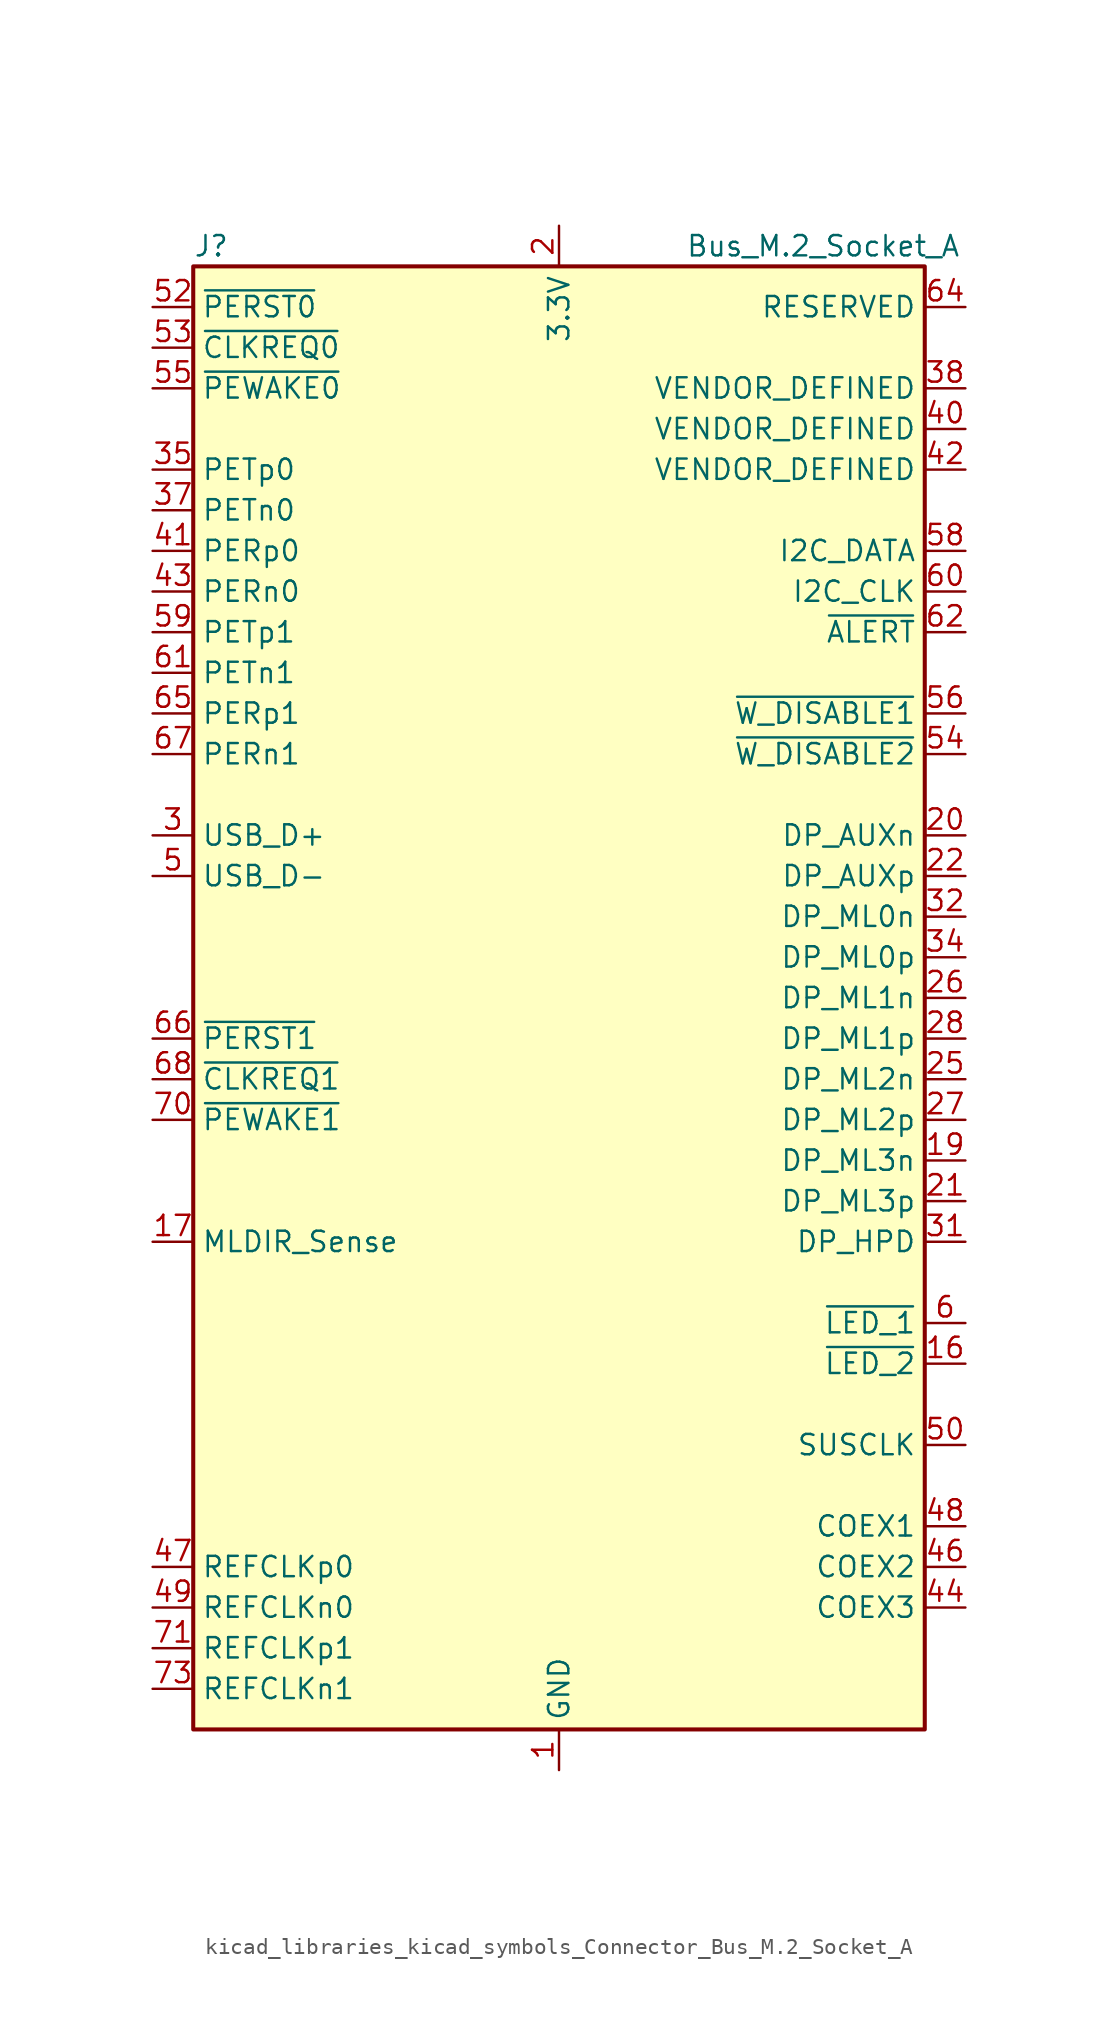
<source format=kicad_sym>
(kicad_symbol_lib
  (version 20220914)
  (generator kicad_symbol_editor)
  (symbol "kicad_libraries_kicad_symbols_Connector_Bus_M.2_Socket_A"
    (property "Reference" "J"
      (at -22.86 46.99 0)
      (effects (font (size 1.27 1.27)) (justify left)))
    (property "Value" "Bus_M.2_Socket_A"
      (at 16.51 46.99 0)
      (effects (font (size 1.27 1.27))))
    (symbol "kicad_libraries_kicad_symbols_Connector_Bus_M.2_Socket_A_0_1"
      (rectangle (start -22.86 45.72) (end 22.86 -45.72) (stroke (width 0.254) (type default)) (fill (type background))))
    (symbol "kicad_libraries_kicad_symbols_Connector_Bus_M.2_Socket_A_1_1"
      (pin power_in line (at 0 -48.26 90) (length 2.54) (name "GND" (effects (font (size 1.27 1.27)))) (number "1" (effects (font (size 1.27 1.27)))))
      (pin open_collector line (at 25.4 -22.86 180) (length 2.54) (name "~{LED_2}" (effects (font (size 1.27 1.27)))) (number "16" (effects (font (size 1.27 1.27)))))
      (pin input line (at -25.4 -15.24 0) (length 2.54) (name "MLDIR_Sense" (effects (font (size 1.27 1.27)))) (number "17" (effects (font (size 1.27 1.27)))))
      (pin passive line (at 0 -48.26 90) (length 2.54) hide (name "GND" (effects (font (size 1.27 1.27)))) (number "18" (effects (font (size 1.27 1.27)))))
      (pin bidirectional line (at 25.4 -10.16 180) (length 2.54) (name "DP_ML3n" (effects (font (size 1.27 1.27)))) (number "19" (effects (font (size 1.27 1.27)))))
      (pin power_in line (at 0 48.26 270) (length 2.54) (name "3.3V" (effects (font (size 1.27 1.27)))) (number "2" (effects (font (size 1.27 1.27)))))
      (pin bidirectional line (at 25.4 10.16 180) (length 2.54) (name "DP_AUXn" (effects (font (size 1.27 1.27)))) (number "20" (effects (font (size 1.27 1.27)))))
      (pin bidirectional line (at 25.4 -12.7 180) (length 2.54) (name "DP_ML3p" (effects (font (size 1.27 1.27)))) (number "21" (effects (font (size 1.27 1.27)))))
      (pin bidirectional line (at 25.4 7.62 180) (length 2.54) (name "DP_AUXp" (effects (font (size 1.27 1.27)))) (number "22" (effects (font (size 1.27 1.27)))))
      (pin passive line (at 0 -48.26 90) (length 2.54) hide (name "GND" (effects (font (size 1.27 1.27)))) (number "23" (effects (font (size 1.27 1.27)))))
      (pin passive line (at 0 -48.26 90) (length 2.54) hide (name "GND" (effects (font (size 1.27 1.27)))) (number "24" (effects (font (size 1.27 1.27)))))
      (pin bidirectional line (at 25.4 -5.08 180) (length 2.54) (name "DP_ML2n" (effects (font (size 1.27 1.27)))) (number "25" (effects (font (size 1.27 1.27)))))
      (pin bidirectional line (at 25.4 0 180) (length 2.54) (name "DP_ML1n" (effects (font (size 1.27 1.27)))) (number "26" (effects (font (size 1.27 1.27)))))
      (pin bidirectional line (at 25.4 -7.62 180) (length 2.54) (name "DP_ML2p" (effects (font (size 1.27 1.27)))) (number "27" (effects (font (size 1.27 1.27)))))
      (pin bidirectional line (at 25.4 -2.54 180) (length 2.54) (name "DP_ML1p" (effects (font (size 1.27 1.27)))) (number "28" (effects (font (size 1.27 1.27)))))
      (pin passive line (at 0 -48.26 90) (length 2.54) hide (name "GND" (effects (font (size 1.27 1.27)))) (number "29" (effects (font (size 1.27 1.27)))))
      (pin bidirectional line (at -25.4 10.16 0) (length 2.54) (name "USB_D+" (effects (font (size 1.27 1.27)))) (number "3" (effects (font (size 1.27 1.27)))))
      (pin passive line (at 0 -48.26 90) (length 2.54) hide (name "GND" (effects (font (size 1.27 1.27)))) (number "30" (effects (font (size 1.27 1.27)))))
      (pin bidirectional line (at 25.4 -15.24 180) (length 2.54) (name "DP_HPD" (effects (font (size 1.27 1.27)))) (number "31" (effects (font (size 1.27 1.27)))))
      (pin bidirectional line (at 25.4 5.08 180) (length 2.54) (name "DP_ML0n" (effects (font (size 1.27 1.27)))) (number "32" (effects (font (size 1.27 1.27)))))
      (pin passive line (at 0 -48.26 90) (length 2.54) hide (name "GND" (effects (font (size 1.27 1.27)))) (number "33" (effects (font (size 1.27 1.27)))))
      (pin bidirectional line (at 25.4 2.54 180) (length 2.54) (name "DP_ML0p" (effects (font (size 1.27 1.27)))) (number "34" (effects (font (size 1.27 1.27)))))
      (pin output line (at -25.4 33.02 0) (length 2.54) (name "PETp0" (effects (font (size 1.27 1.27)))) (number "35" (effects (font (size 1.27 1.27)))))
      (pin passive line (at 0 -48.26 90) (length 2.54) hide (name "GND" (effects (font (size 1.27 1.27)))) (number "36" (effects (font (size 1.27 1.27)))))
      (pin output line (at -25.4 30.48 0) (length 2.54) (name "PETn0" (effects (font (size 1.27 1.27)))) (number "37" (effects (font (size 1.27 1.27)))))
      (pin passive line (at 25.4 38.1 180) (length 2.54) (name "VENDOR_DEFINED" (effects (font (size 1.27 1.27)))) (number "38" (effects (font (size 1.27 1.27)))))
      (pin passive line (at 0 -48.26 90) (length 2.54) hide (name "GND" (effects (font (size 1.27 1.27)))) (number "39" (effects (font (size 1.27 1.27)))))
      (pin passive line (at 0 48.26 270) (length 2.54) hide (name "3.3V" (effects (font (size 1.27 1.27)))) (number "4" (effects (font (size 1.27 1.27)))))
      (pin passive line (at 25.4 35.56 180) (length 2.54) (name "VENDOR_DEFINED" (effects (font (size 1.27 1.27)))) (number "40" (effects (font (size 1.27 1.27)))))
      (pin input line (at -25.4 27.94 0) (length 2.54) (name "PERp0" (effects (font (size 1.27 1.27)))) (number "41" (effects (font (size 1.27 1.27)))))
      (pin passive line (at 25.4 33.02 180) (length 2.54) (name "VENDOR_DEFINED" (effects (font (size 1.27 1.27)))) (number "42" (effects (font (size 1.27 1.27)))))
      (pin input line (at -25.4 25.4 0) (length 2.54) (name "PERn0" (effects (font (size 1.27 1.27)))) (number "43" (effects (font (size 1.27 1.27)))))
      (pin bidirectional line (at 25.4 -38.1 180) (length 2.54) (name "COEX3" (effects (font (size 1.27 1.27)))) (number "44" (effects (font (size 1.27 1.27)))))
      (pin passive line (at 0 -48.26 90) (length 2.54) hide (name "GND" (effects (font (size 1.27 1.27)))) (number "45" (effects (font (size 1.27 1.27)))))
      (pin bidirectional line (at 25.4 -35.56 180) (length 2.54) (name "COEX2" (effects (font (size 1.27 1.27)))) (number "46" (effects (font (size 1.27 1.27)))))
      (pin output line (at -25.4 -35.56 0) (length 2.54) (name "REFCLKp0" (effects (font (size 1.27 1.27)))) (number "47" (effects (font (size 1.27 1.27)))))
      (pin bidirectional line (at 25.4 -33.02 180) (length 2.54) (name "COEX1" (effects (font (size 1.27 1.27)))) (number "48" (effects (font (size 1.27 1.27)))))
      (pin output line (at -25.4 -38.1 0) (length 2.54) (name "REFCLKn0" (effects (font (size 1.27 1.27)))) (number "49" (effects (font (size 1.27 1.27)))))
      (pin bidirectional line (at -25.4 7.62 0) (length 2.54) (name "USB_D-" (effects (font (size 1.27 1.27)))) (number "5" (effects (font (size 1.27 1.27)))))
      (pin output line (at 25.4 -27.94 180) (length 2.54) (name "SUSCLK" (effects (font (size 1.27 1.27)))) (number "50" (effects (font (size 1.27 1.27)))))
      (pin passive line (at 0 -48.26 90) (length 2.54) hide (name "GND" (effects (font (size 1.27 1.27)))) (number "51" (effects (font (size 1.27 1.27)))))
      (pin output line (at -25.4 43.18 0) (length 2.54) (name "~{PERST0}" (effects (font (size 1.27 1.27)))) (number "52" (effects (font (size 1.27 1.27)))))
      (pin bidirectional line (at -25.4 40.64 0) (length 2.54) (name "~{CLKREQ0}" (effects (font (size 1.27 1.27)))) (number "53" (effects (font (size 1.27 1.27)))))
      (pin output line (at 25.4 15.24 180) (length 2.54) (name "~{W_DISABLE2}" (effects (font (size 1.27 1.27)))) (number "54" (effects (font (size 1.27 1.27)))))
      (pin bidirectional line (at -25.4 38.1 0) (length 2.54) (name "~{PEWAKE0}" (effects (font (size 1.27 1.27)))) (number "55" (effects (font (size 1.27 1.27)))))
      (pin output line (at 25.4 17.78 180) (length 2.54) (name "~{W_DISABLE1}" (effects (font (size 1.27 1.27)))) (number "56" (effects (font (size 1.27 1.27)))))
      (pin passive line (at 0 -48.26 90) (length 2.54) hide (name "GND" (effects (font (size 1.27 1.27)))) (number "57" (effects (font (size 1.27 1.27)))))
      (pin bidirectional line (at 25.4 27.94 180) (length 2.54) (name "I2C_DATA" (effects (font (size 1.27 1.27)))) (number "58" (effects (font (size 1.27 1.27)))))
      (pin output line (at -25.4 22.86 0) (length 2.54) (name "PETp1" (effects (font (size 1.27 1.27)))) (number "59" (effects (font (size 1.27 1.27)))))
      (pin open_collector line (at 25.4 -20.32 180) (length 2.54) (name "~{LED_1}" (effects (font (size 1.27 1.27)))) (number "6" (effects (font (size 1.27 1.27)))))
      (pin output line (at 25.4 25.4 180) (length 2.54) (name "I2C_CLK" (effects (font (size 1.27 1.27)))) (number "60" (effects (font (size 1.27 1.27)))))
      (pin output line (at -25.4 20.32 0) (length 2.54) (name "PETn1" (effects (font (size 1.27 1.27)))) (number "61" (effects (font (size 1.27 1.27)))))
      (pin input line (at 25.4 22.86 180) (length 2.54) (name "~{ALERT}" (effects (font (size 1.27 1.27)))) (number "62" (effects (font (size 1.27 1.27)))))
      (pin passive line (at 0 -48.26 90) (length 2.54) hide (name "GND" (effects (font (size 1.27 1.27)))) (number "63" (effects (font (size 1.27 1.27)))))
      (pin passive line (at 25.4 43.18 180) (length 2.54) (name "RESERVED" (effects (font (size 1.27 1.27)))) (number "64" (effects (font (size 1.27 1.27)))))
      (pin input line (at -25.4 17.78 0) (length 2.54) (name "PERp1" (effects (font (size 1.27 1.27)))) (number "65" (effects (font (size 1.27 1.27)))))
      (pin output line (at -25.4 -2.54 0) (length 2.54) (name "~{PERST1}" (effects (font (size 1.27 1.27)))) (number "66" (effects (font (size 1.27 1.27)))))
      (pin input line (at -25.4 15.24 0) (length 2.54) (name "PERn1" (effects (font (size 1.27 1.27)))) (number "67" (effects (font (size 1.27 1.27)))))
      (pin bidirectional line (at -25.4 -5.08 0) (length 2.54) (name "~{CLKREQ1}" (effects (font (size 1.27 1.27)))) (number "68" (effects (font (size 1.27 1.27)))))
      (pin passive line (at 0 -48.26 90) (length 2.54) hide (name "GND" (effects (font (size 1.27 1.27)))) (number "69" (effects (font (size 1.27 1.27)))))
      (pin passive line (at 0 -48.26 90) (length 2.54) hide (name "GND" (effects (font (size 1.27 1.27)))) (number "7" (effects (font (size 1.27 1.27)))))
      (pin bidirectional line (at -25.4 -7.62 0) (length 2.54) (name "~{PEWAKE1}" (effects (font (size 1.27 1.27)))) (number "70" (effects (font (size 1.27 1.27)))))
      (pin output line (at -25.4 -40.64 0) (length 2.54) (name "REFCLKp1" (effects (font (size 1.27 1.27)))) (number "71" (effects (font (size 1.27 1.27)))))
      (pin passive line (at 0 48.26 270) (length 2.54) hide (name "3.3V" (effects (font (size 1.27 1.27)))) (number "72" (effects (font (size 1.27 1.27)))))
      (pin output line (at -25.4 -43.18 0) (length 2.54) (name "REFCLKn1" (effects (font (size 1.27 1.27)))) (number "73" (effects (font (size 1.27 1.27)))))
      (pin passive line (at 0 48.26 270) (length 2.54) hide (name "3.3V" (effects (font (size 1.27 1.27)))) (number "74" (effects (font (size 1.27 1.27)))))
      (pin passive line (at 0 -48.26 90) (length 2.54) hide (name "GND" (effects (font (size 1.27 1.27)))) (number "75" (effects (font (size 1.27 1.27))))))))
</source>
